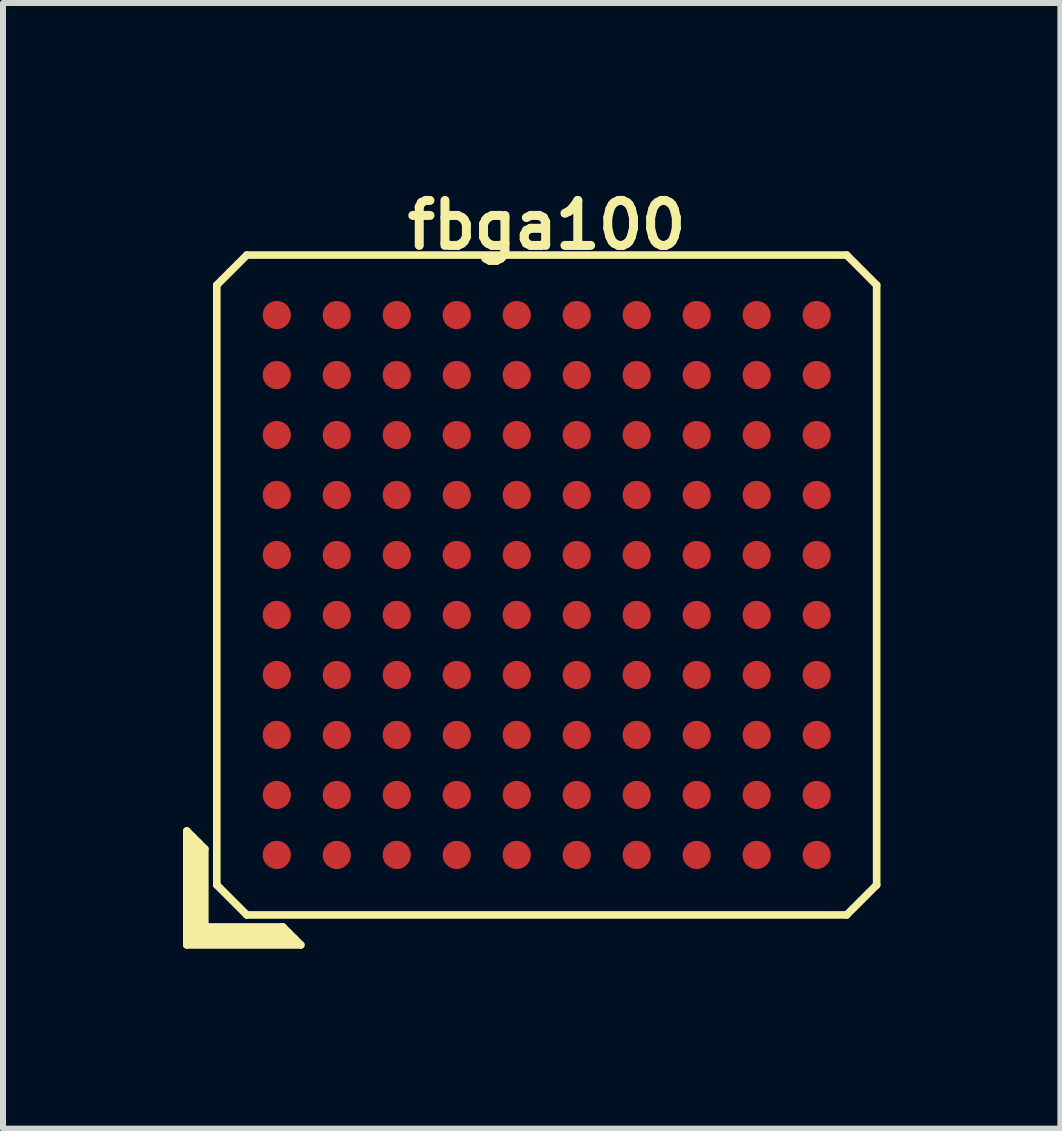
<source format=kicad_pcb>
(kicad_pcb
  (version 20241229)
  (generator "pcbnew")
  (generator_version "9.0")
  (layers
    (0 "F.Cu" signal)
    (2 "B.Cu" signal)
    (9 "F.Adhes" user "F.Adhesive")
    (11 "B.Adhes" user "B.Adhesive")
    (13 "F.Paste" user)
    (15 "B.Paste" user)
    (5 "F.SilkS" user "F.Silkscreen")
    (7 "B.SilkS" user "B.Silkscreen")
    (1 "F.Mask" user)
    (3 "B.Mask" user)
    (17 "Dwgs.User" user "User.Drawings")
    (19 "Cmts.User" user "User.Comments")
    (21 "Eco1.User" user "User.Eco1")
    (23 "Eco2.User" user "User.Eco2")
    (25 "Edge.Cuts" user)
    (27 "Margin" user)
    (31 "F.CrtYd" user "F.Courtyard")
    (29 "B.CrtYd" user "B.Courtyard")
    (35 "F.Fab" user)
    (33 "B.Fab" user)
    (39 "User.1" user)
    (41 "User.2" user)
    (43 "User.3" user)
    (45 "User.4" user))
  (footprint "fbga100"
    (layer "F.Cu")
    (at 6.064 6.702)
    (property "Reference" "fbga100" (at 0 -6 0) (layer "F.SilkS") (effects (font (size 0.75 0.75) (thickness 0.15))))
    (attr smd)
    (fp_line (start -6 4.1) (end -5.7 4.4) (stroke (width 0.127) (type solid)) (layer "F.SilkS"))
    (fp_line (start -6 6) (end -6 4.1) (stroke (width 0.127) (type solid)) (layer "F.SilkS"))
    (fp_line (start -5.9 5.9) (end -5.9 4.2) (stroke (width 0.127) (type solid)) (layer "F.SilkS"))
    (fp_line (start -5.8 4.3) (end -5.8 5.8) (stroke (width 0.127) (type solid)) (layer "F.SilkS"))
    (fp_line (start -5.8 5.8) (end -4.3 5.8) (stroke (width 0.127) (type solid)) (layer "F.SilkS"))
    (fp_line (start -5.7 4.4) (end -5.7 5.7) (stroke (width 0.127) (type solid)) (layer "F.SilkS"))
    (fp_line (start -5.7 5.7) (end -4.4 5.7) (stroke (width 0.127) (type solid)) (layer "F.SilkS"))
    (fp_line (start -5.5 -5) (end -5 -5.5) (stroke (width 0.127) (type solid)) (layer "F.SilkS"))
    (fp_line (start -5.5 5) (end -5.5 -5) (stroke (width 0.127) (type solid)) (layer "F.SilkS"))
    (fp_line (start -5 -5.5) (end 5 -5.5) (stroke (width 0.127) (type solid)) (layer "F.SilkS"))
    (fp_line (start -5 5.5) (end -5.5 5) (stroke (width 0.127) (type solid)) (layer "F.SilkS"))
    (fp_line (start -4.4 5.7) (end -4.1 6) (stroke (width 0.127) (type solid)) (layer "F.SilkS"))
    (fp_line (start -4.2 5.9) (end -5.9 5.9) (stroke (width 0.127) (type solid)) (layer "F.SilkS"))
    (fp_line (start -4.1 6) (end -6 6) (stroke (width 0.127) (type solid)) (layer "F.SilkS"))
    (fp_line (start 5 -5.5) (end 5.5 -5) (stroke (width 0.127) (type solid)) (layer "F.SilkS"))
    (fp_line (start 5 5.5) (end -5 5.5) (stroke (width 0.127) (type solid)) (layer "F.SilkS"))
    (fp_line (start 5.5 -5) (end 5.5 5) (stroke (width 0.127) (type solid)) (layer "F.SilkS"))
    (fp_line (start 5.5 5) (end 5 5.5) (stroke (width 0.127) (type solid)) (layer "F.SilkS"))
    (pad "A1" smd circle (at -4.5 4.5) (size 0.47 0.47) (layers "F.Cu" "F.Mask" "F.Paste"))
    (pad "A2" smd circle (at -3.5 4.5) (size 0.47 0.47) (layers "F.Cu" "F.Mask" "F.Paste"))
    (pad "A3" smd circle (at -2.5 4.5) (size 0.47 0.47) (layers "F.Cu" "F.Mask" "F.Paste"))
    (pad "A4" smd circle (at -1.5 4.5) (size 0.47 0.47) (layers "F.Cu" "F.Mask" "F.Paste"))
    (pad "A5" smd circle (at -0.5 4.5) (size 0.47 0.47) (layers "F.Cu" "F.Mask" "F.Paste"))
    (pad "A6" smd circle (at 0.5 4.5) (size 0.47 0.47) (layers "F.Cu" "F.Mask" "F.Paste"))
    (pad "A7" smd circle (at 1.5 4.5) (size 0.47 0.47) (layers "F.Cu" "F.Mask" "F.Paste"))
    (pad "A8" smd circle (at 2.5 4.5) (size 0.47 0.47) (layers "F.Cu" "F.Mask" "F.Paste"))
    (pad "A9" smd circle (at 3.5 4.5) (size 0.47 0.47) (layers "F.Cu" "F.Mask" "F.Paste"))
    (pad "A10" smd circle (at 4.5 4.5) (size 0.47 0.47) (layers "F.Cu" "F.Mask" "F.Paste"))
    (pad "B1" smd circle (at -4.5 3.5) (size 0.47 0.47) (layers "F.Cu" "F.Mask" "F.Paste"))
    (pad "B2" smd circle (at -3.5 3.5) (size 0.47 0.47) (layers "F.Cu" "F.Mask" "F.Paste"))
    (pad "B3" smd circle (at -2.5 3.5) (size 0.47 0.47) (layers "F.Cu" "F.Mask" "F.Paste"))
    (pad "B4" smd circle (at -1.5 3.5) (size 0.47 0.47) (layers "F.Cu" "F.Mask" "F.Paste"))
    (pad "B5" smd circle (at -0.5 3.5) (size 0.47 0.47) (layers "F.Cu" "F.Mask" "F.Paste"))
    (pad "B6" smd circle (at 0.5 3.5) (size 0.47 0.47) (layers "F.Cu" "F.Mask" "F.Paste"))
    (pad "B7" smd circle (at 1.5 3.5) (size 0.47 0.47) (layers "F.Cu" "F.Mask" "F.Paste"))
    (pad "B8" smd circle (at 2.5 3.5) (size 0.47 0.47) (layers "F.Cu" "F.Mask" "F.Paste"))
    (pad "B9" smd circle (at 3.5 3.5) (size 0.47 0.47) (layers "F.Cu" "F.Mask" "F.Paste"))
    (pad "B10" smd circle (at 4.5 3.5) (size 0.47 0.47) (layers "F.Cu" "F.Mask" "F.Paste"))
    (pad "C1" smd circle (at -4.5 2.5) (size 0.47 0.47) (layers "F.Cu" "F.Mask" "F.Paste"))
    (pad "C2" smd circle (at -3.5 2.5) (size 0.47 0.47) (layers "F.Cu" "F.Mask" "F.Paste"))
    (pad "C3" smd circle (at -2.5 2.5) (size 0.47 0.47) (layers "F.Cu" "F.Mask" "F.Paste"))
    (pad "C4" smd circle (at -1.5 2.5) (size 0.47 0.47) (layers "F.Cu" "F.Mask" "F.Paste"))
    (pad "C5" smd circle (at -0.5 2.5) (size 0.47 0.47) (layers "F.Cu" "F.Mask" "F.Paste"))
    (pad "C6" smd circle (at 0.5 2.5) (size 0.47 0.47) (layers "F.Cu" "F.Mask" "F.Paste"))
    (pad "C7" smd circle (at 1.5 2.5) (size 0.47 0.47) (layers "F.Cu" "F.Mask" "F.Paste"))
    (pad "C8" smd circle (at 2.5 2.5) (size 0.47 0.47) (layers "F.Cu" "F.Mask" "F.Paste"))
    (pad "C9" smd circle (at 3.5 2.5) (size 0.47 0.47) (layers "F.Cu" "F.Mask" "F.Paste"))
    (pad "C10" smd circle (at 4.5 2.5) (size 0.47 0.47) (layers "F.Cu" "F.Mask" "F.Paste"))
    (pad "D1" smd circle (at -4.5 1.5) (size 0.47 0.47) (layers "F.Cu" "F.Mask" "F.Paste"))
    (pad "D2" smd circle (at -3.5 1.5) (size 0.47 0.47) (layers "F.Cu" "F.Mask" "F.Paste"))
    (pad "D3" smd circle (at -2.5 1.5) (size 0.47 0.47) (layers "F.Cu" "F.Mask" "F.Paste"))
    (pad "D4" smd circle (at -1.5 1.5) (size 0.47 0.47) (layers "F.Cu" "F.Mask" "F.Paste"))
    (pad "D5" smd circle (at -0.5 1.5) (size 0.47 0.47) (layers "F.Cu" "F.Mask" "F.Paste"))
    (pad "D6" smd circle (at 0.5 1.5) (size 0.47 0.47) (layers "F.Cu" "F.Mask" "F.Paste"))
    (pad "D7" smd circle (at 1.5 1.5) (size 0.47 0.47) (layers "F.Cu" "F.Mask" "F.Paste"))
    (pad "D8" smd circle (at 2.5 1.5) (size 0.47 0.47) (layers "F.Cu" "F.Mask" "F.Paste"))
    (pad "D9" smd circle (at 3.5 1.5) (size 0.47 0.47) (layers "F.Cu" "F.Mask" "F.Paste"))
    (pad "D10" smd circle (at 4.5 1.5) (size 0.47 0.47) (layers "F.Cu" "F.Mask" "F.Paste"))
    (pad "E1" smd circle (at -4.5 0.5) (size 0.47 0.47) (layers "F.Cu" "F.Mask" "F.Paste"))
    (pad "E2" smd circle (at -3.5 0.5) (size 0.47 0.47) (layers "F.Cu" "F.Mask" "F.Paste"))
    (pad "E3" smd circle (at -2.5 0.5) (size 0.47 0.47) (layers "F.Cu" "F.Mask" "F.Paste"))
    (pad "E4" smd circle (at -1.5 0.5) (size 0.47 0.47) (layers "F.Cu" "F.Mask" "F.Paste"))
    (pad "E5" smd circle (at -0.5 0.5) (size 0.47 0.47) (layers "F.Cu" "F.Mask" "F.Paste"))
    (pad "E6" smd circle (at 0.5 0.5) (size 0.47 0.47) (layers "F.Cu" "F.Mask" "F.Paste"))
    (pad "E7" smd circle (at 1.5 0.5) (size 0.47 0.47) (layers "F.Cu" "F.Mask" "F.Paste"))
    (pad "E8" smd circle (at 2.5 0.5) (size 0.47 0.47) (layers "F.Cu" "F.Mask" "F.Paste"))
    (pad "E9" smd circle (at 3.5 0.5) (size 0.47 0.47) (layers "F.Cu" "F.Mask" "F.Paste"))
    (pad "E10" smd circle (at 4.5 0.5) (size 0.47 0.47) (layers "F.Cu" "F.Mask" "F.Paste"))
    (pad "F1" smd circle (at -4.5 -0.5) (size 0.47 0.47) (layers "F.Cu" "F.Mask" "F.Paste"))
    (pad "F2" smd circle (at -3.5 -0.5) (size 0.47 0.47) (layers "F.Cu" "F.Mask" "F.Paste"))
    (pad "F3" smd circle (at -2.5 -0.5) (size 0.47 0.47) (layers "F.Cu" "F.Mask" "F.Paste"))
    (pad "F4" smd circle (at -1.5 -0.5) (size 0.47 0.47) (layers "F.Cu" "F.Mask" "F.Paste"))
    (pad "F5" smd circle (at -0.5 -0.5) (size 0.47 0.47) (layers "F.Cu" "F.Mask" "F.Paste"))
    (pad "F6" smd circle (at 0.5 -0.5) (size 0.47 0.47) (layers "F.Cu" "F.Mask" "F.Paste"))
    (pad "F7" smd circle (at 1.5 -0.5) (size 0.47 0.47) (layers "F.Cu" "F.Mask" "F.Paste"))
    (pad "F8" smd circle (at 2.5 -0.5) (size 0.47 0.47) (layers "F.Cu" "F.Mask" "F.Paste"))
    (pad "F9" smd circle (at 3.5 -0.5) (size 0.47 0.47) (layers "F.Cu" "F.Mask" "F.Paste"))
    (pad "F10" smd circle (at 4.5 -0.5) (size 0.47 0.47) (layers "F.Cu" "F.Mask" "F.Paste"))
    (pad "G1" smd circle (at -4.5 -1.5) (size 0.47 0.47) (layers "F.Cu" "F.Mask" "F.Paste"))
    (pad "G2" smd circle (at -3.5 -1.5) (size 0.47 0.47) (layers "F.Cu" "F.Mask" "F.Paste"))
    (pad "G3" smd circle (at -2.5 -1.5) (size 0.47 0.47) (layers "F.Cu" "F.Mask" "F.Paste"))
    (pad "G4" smd circle (at -1.5 -1.5) (size 0.47 0.47) (layers "F.Cu" "F.Mask" "F.Paste"))
    (pad "G5" smd circle (at -0.5 -1.5) (size 0.47 0.47) (layers "F.Cu" "F.Mask" "F.Paste"))
    (pad "G6" smd circle (at 0.5 -1.5) (size 0.47 0.47) (layers "F.Cu" "F.Mask" "F.Paste"))
    (pad "G7" smd circle (at 1.5 -1.5) (size 0.47 0.47) (layers "F.Cu" "F.Mask" "F.Paste"))
    (pad "G8" smd circle (at 2.5 -1.5) (size 0.47 0.47) (layers "F.Cu" "F.Mask" "F.Paste"))
    (pad "G9" smd circle (at 3.5 -1.5) (size 0.47 0.47) (layers "F.Cu" "F.Mask" "F.Paste"))
    (pad "G10" smd circle (at 4.5 -1.5) (size 0.47 0.47) (layers "F.Cu" "F.Mask" "F.Paste"))
    (pad "H1" smd circle (at -4.5 -2.5) (size 0.47 0.47) (layers "F.Cu" "F.Mask" "F.Paste"))
    (pad "H2" smd circle (at -3.5 -2.5) (size 0.47 0.47) (layers "F.Cu" "F.Mask" "F.Paste"))
    (pad "H3" smd circle (at -2.5 -2.5) (size 0.47 0.47) (layers "F.Cu" "F.Mask" "F.Paste"))
    (pad "H4" smd circle (at -1.5 -2.5) (size 0.47 0.47) (layers "F.Cu" "F.Mask" "F.Paste"))
    (pad "H5" smd circle (at -0.5 -2.5) (size 0.47 0.47) (layers "F.Cu" "F.Mask" "F.Paste"))
    (pad "H6" smd circle (at 0.5 -2.5) (size 0.47 0.47) (layers "F.Cu" "F.Mask" "F.Paste"))
    (pad "H7" smd circle (at 1.5 -2.5) (size 0.47 0.47) (layers "F.Cu" "F.Mask" "F.Paste"))
    (pad "H8" smd circle (at 2.5 -2.5) (size 0.47 0.47) (layers "F.Cu" "F.Mask" "F.Paste"))
    (pad "H9" smd circle (at 3.5 -2.5) (size 0.47 0.47) (layers "F.Cu" "F.Mask" "F.Paste"))
    (pad "H10" smd circle (at 4.5 -2.5) (size 0.47 0.47) (layers "F.Cu" "F.Mask" "F.Paste"))
    (pad "J1" smd circle (at -4.5 -3.5) (size 0.47 0.47) (layers "F.Cu" "F.Mask" "F.Paste"))
    (pad "J2" smd circle (at -3.5 -3.5) (size 0.47 0.47) (layers "F.Cu" "F.Mask" "F.Paste"))
    (pad "J3" smd circle (at -2.5 -3.5) (size 0.47 0.47) (layers "F.Cu" "F.Mask" "F.Paste"))
    (pad "J4" smd circle (at -1.5 -3.5) (size 0.47 0.47) (layers "F.Cu" "F.Mask" "F.Paste"))
    (pad "J5" smd circle (at -0.5 -3.5) (size 0.47 0.47) (layers "F.Cu" "F.Mask" "F.Paste"))
    (pad "J6" smd circle (at 0.5 -3.5) (size 0.47 0.47) (layers "F.Cu" "F.Mask" "F.Paste"))
    (pad "J7" smd circle (at 1.5 -3.5) (size 0.47 0.47) (layers "F.Cu" "F.Mask" "F.Paste"))
    (pad "J8" smd circle (at 2.5 -3.5) (size 0.47 0.47) (layers "F.Cu" "F.Mask" "F.Paste"))
    (pad "J9" smd circle (at 3.5 -3.5) (size 0.47 0.47) (layers "F.Cu" "F.Mask" "F.Paste"))
    (pad "J10" smd circle (at 4.5 -3.5) (size 0.47 0.47) (layers "F.Cu" "F.Mask" "F.Paste"))
    (pad "K1" smd circle (at -4.5 -4.5) (size 0.47 0.47) (layers "F.Cu" "F.Mask" "F.Paste"))
    (pad "K2" smd circle (at -3.5 -4.5) (size 0.47 0.47) (layers "F.Cu" "F.Mask" "F.Paste"))
    (pad "K3" smd circle (at -2.5 -4.5) (size 0.47 0.47) (layers "F.Cu" "F.Mask" "F.Paste"))
    (pad "K4" smd circle (at -1.5 -4.5) (size 0.47 0.47) (layers "F.Cu" "F.Mask" "F.Paste"))
    (pad "K5" smd circle (at -0.5 -4.5) (size 0.47 0.47) (layers "F.Cu" "F.Mask" "F.Paste"))
    (pad "K6" smd circle (at 0.5 -4.5) (size 0.47 0.47) (layers "F.Cu" "F.Mask" "F.Paste"))
    (pad "K7" smd circle (at 1.5 -4.5) (size 0.47 0.47) (layers "F.Cu" "F.Mask" "F.Paste"))
    (pad "K8" smd circle (at 2.5 -4.5) (size 0.47 0.47) (layers "F.Cu" "F.Mask" "F.Paste"))
    (pad "K9" smd circle (at 3.5 -4.5) (size 0.47 0.47) (layers "F.Cu" "F.Mask" "F.Paste"))
    (pad "K10" smd circle (at 4.5 -4.5) (size 0.47 0.47) (layers "F.Cu" "F.Mask" "F.Paste")))
  (gr_rect
    (start -3 -3)
    (end 14.627 15.765)
    (stroke (width 0.1) (type default))
    (fill no)
    (layer "Edge.Cuts")))
</source>
